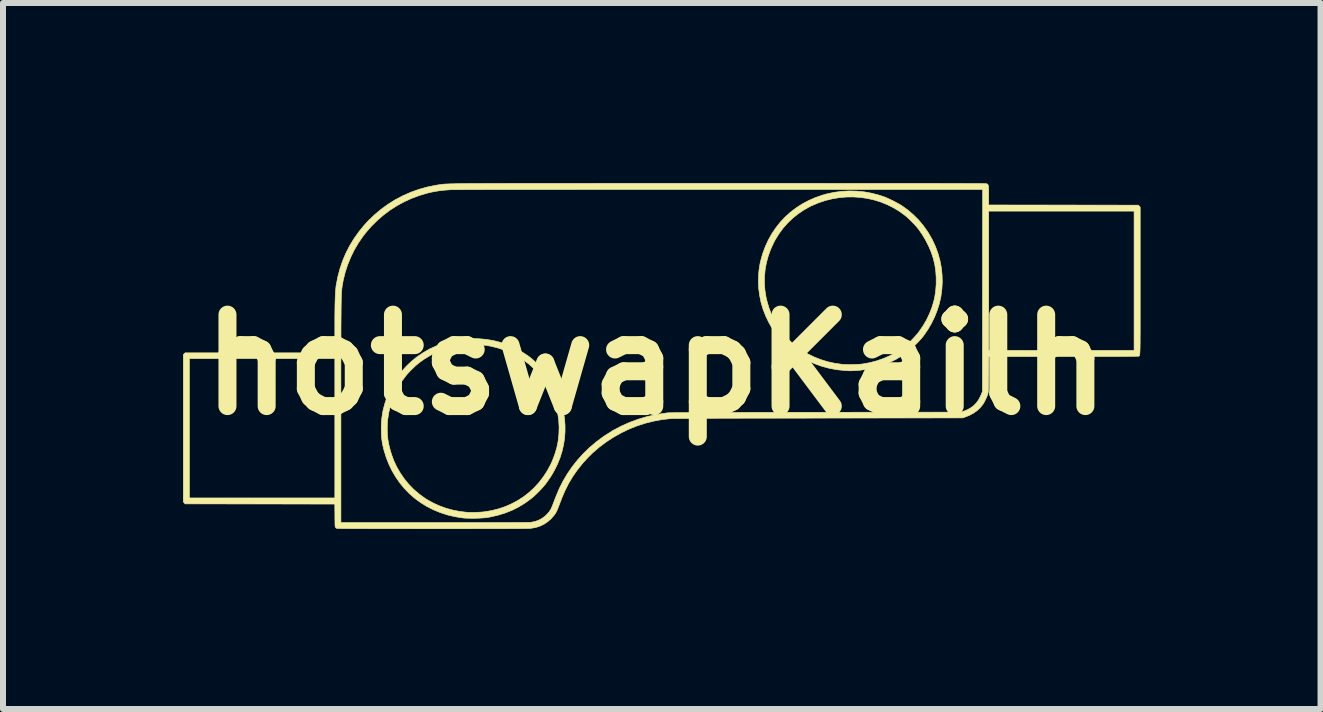
<source format=kicad_pcb>
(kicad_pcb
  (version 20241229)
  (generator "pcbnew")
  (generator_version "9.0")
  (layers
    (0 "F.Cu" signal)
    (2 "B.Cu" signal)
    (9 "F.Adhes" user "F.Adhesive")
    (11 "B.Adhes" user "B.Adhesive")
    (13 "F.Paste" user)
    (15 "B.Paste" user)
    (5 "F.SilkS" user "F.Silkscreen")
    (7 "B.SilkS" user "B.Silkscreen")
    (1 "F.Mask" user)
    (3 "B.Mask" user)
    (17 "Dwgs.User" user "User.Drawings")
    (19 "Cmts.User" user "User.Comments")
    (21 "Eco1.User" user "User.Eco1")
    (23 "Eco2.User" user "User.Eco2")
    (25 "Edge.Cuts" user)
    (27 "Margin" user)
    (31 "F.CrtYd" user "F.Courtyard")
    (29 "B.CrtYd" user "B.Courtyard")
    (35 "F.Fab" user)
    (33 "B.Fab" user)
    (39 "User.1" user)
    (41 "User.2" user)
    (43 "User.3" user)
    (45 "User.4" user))
  (footprint "hotswapKailh"
    (layer "F.Cu")
    (at 7.889 3.028)
    (property "Reference" "hotswapKailh" (at 0 0 0) (layer "F.SilkS") (effects (font (size 1.524 1.524) (thickness 0.3))))
    (attr through_hole)
    (fp_poly (pts (xy -2.969 -0.434) (xy -2.843 -0.423) (xy -2.721 -0.403) (xy -2.601 -0.373) (xy -2.484 -0.334) (xy -2.371 -0.285) (xy -2.262 -0.227) (xy -2.158 -0.16) (xy -2.114 -0.129) (xy -2.08 -0.101) (xy -2.041 -0.067) (xy -2 -0.03) (xy -1.96 0.009) (xy -1.922 0.048) (xy -1.889 0.084) (xy -1.879 0.096) (xy -1.805 0.191) (xy -1.739 0.291) (xy -1.681 0.397) (xy -1.631 0.506) (xy -1.591 0.619) (xy -1.56 0.733) (xy -1.547 0.791) (xy -1.531 0.902) (xy -1.523 1.01) (xy -1.523 1.117) (xy -1.531 1.226) (xy -1.547 1.333) (xy -1.572 1.441) (xy -1.606 1.55) (xy -1.649 1.657) (xy -1.701 1.762) (xy -1.76 1.863) (xy -1.827 1.96) (xy -1.857 2) (xy -1.882 2.029) (xy -1.912 2.063) (xy -1.946 2.099) (xy -1.982 2.135) (xy -2.018 2.17) (xy -2.052 2.201) (xy -2.082 2.226) (xy -2.088 2.231) (xy -2.188 2.304) (xy -2.292 2.368) (xy -2.401 2.423) (xy -2.516 2.469) (xy -2.635 2.506) (xy -2.759 2.535) (xy -2.822 2.546) (xy -2.854 2.55) (xy -2.894 2.553) (xy -2.94 2.556) (xy -2.989 2.558) (xy -3.04 2.559) (xy -3.09 2.559) (xy -3.138 2.558) (xy -3.18 2.557) (xy -3.216 2.554) (xy -3.228 2.553) (xy -3.358 2.532) (xy -3.483 2.503) (xy -3.602 2.464) (xy -3.717 2.417) (xy -3.827 2.361) (xy -3.932 2.296) (xy -4.027 2.226) (xy -4.117 2.148) (xy -4.2 2.062) (xy -4.276 1.97) (xy -4.345 1.871) (xy -4.406 1.767) (xy -4.459 1.657) (xy -4.504 1.543) (xy -4.54 1.425) (xy -4.556 1.359) (xy -4.565 1.318) (xy -4.571 1.281) (xy -4.576 1.247) (xy -4.58 1.211) (xy -4.583 1.171) (xy -4.585 1.125) (xy -4.585 1.119) (xy -4.585 1.061) (xy -4.486 1.061) (xy -4.484 1.154) (xy -4.475 1.245) (xy -4.458 1.337) (xy -4.434 1.43) (xy -4.416 1.49) (xy -4.376 1.6) (xy -4.326 1.706) (xy -4.267 1.807) (xy -4.201 1.903) (xy -4.127 1.993) (xy -4.046 2.076) (xy -3.958 2.152) (xy -3.864 2.221) (xy -3.83 2.243) (xy -3.729 2.3) (xy -3.623 2.349) (xy -3.511 2.39) (xy -3.396 2.422) (xy -3.277 2.445) (xy -3.16 2.459) (xy -3.123 2.461) (xy -3.08 2.461) (xy -3.032 2.461) (xy -2.983 2.459) (xy -2.935 2.457) (xy -2.891 2.453) (xy -2.869 2.451) (xy -2.748 2.431) (xy -2.632 2.402) (xy -2.52 2.364) (xy -2.412 2.317) (xy -2.31 2.262) (xy -2.212 2.199) (xy -2.121 2.128) (xy -2.036 2.049) (xy -1.957 1.962) (xy -1.885 1.869) (xy -1.82 1.769) (xy -1.762 1.662) (xy -1.735 1.603) (xy -1.693 1.493) (xy -1.66 1.382) (xy -1.637 1.268) (xy -1.625 1.152) (xy -1.622 1.036) (xy -1.629 0.919) (xy -1.646 0.806) (xy -1.656 0.758) (xy -1.665 0.717) (xy -1.676 0.678) (xy -1.689 0.638) (xy -1.705 0.594) (xy -1.716 0.566) (xy -1.765 0.453) (xy -1.823 0.347) (xy -1.887 0.247) (xy -1.959 0.155) (xy -2.037 0.07) (xy -2.122 -0.008) (xy -2.214 -0.078) (xy -2.312 -0.14) (xy -2.416 -0.194) (xy -2.526 -0.241) (xy -2.641 -0.279) (xy -2.762 -0.309) (xy -2.842 -0.323) (xy -2.871 -0.326) (xy -2.907 -0.329) (xy -2.949 -0.332) (xy -2.994 -0.333) (xy -3.04 -0.334) (xy -3.086 -0.334) (xy -3.128 -0.334) (xy -3.165 -0.332) (xy -3.188 -0.331) (xy -3.313 -0.314) (xy -3.433 -0.288) (xy -3.549 -0.253) (xy -3.661 -0.209) (xy -3.768 -0.155) (xy -3.872 -0.092) (xy -3.941 -0.043) (xy -3.976 -0.015) (xy -4.015 0.018) (xy -4.055 0.056) (xy -4.095 0.095) (xy -4.132 0.134) (xy -4.164 0.17) (xy -4.168 0.175) (xy -4.238 0.268) (xy -4.299 0.366) (xy -4.353 0.469) (xy -4.398 0.577) (xy -4.434 0.688) (xy -4.461 0.801) (xy -4.478 0.915) (xy -4.483 0.964) (xy -4.486 1.061) (xy -4.585 1.061) (xy -4.585 1.001) (xy -4.576 0.886) (xy -4.558 0.771) (xy -4.529 0.657) (xy -4.529 0.657) (xy -4.49 0.538) (xy -4.442 0.424) (xy -4.386 0.315) (xy -4.322 0.213) (xy -4.25 0.117) (xy -4.17 0.027) (xy -4.083 -0.056) (xy -3.989 -0.132) (xy -3.888 -0.2) (xy -3.781 -0.262) (xy -3.759 -0.272) (xy -3.646 -0.323) (xy -3.531 -0.364) (xy -3.413 -0.396) (xy -3.291 -0.419) (xy -3.165 -0.432) (xy -3.096 -0.435) (xy -2.969 -0.434)) (stroke (width 0.01) (type solid)) (fill yes) (layer "F.SilkS"))
    (fp_poly (pts (xy 3.337 -2.893) (xy 3.463 -2.881) (xy 3.587 -2.858) (xy 3.71 -2.826) (xy 3.792 -2.799) (xy 3.83 -2.784) (xy 3.874 -2.764) (xy 3.921 -2.742) (xy 3.969 -2.718) (xy 4.015 -2.693) (xy 4.057 -2.67) (xy 4.092 -2.648) (xy 4.191 -2.577) (xy 4.283 -2.498) (xy 4.369 -2.412) (xy 4.447 -2.319) (xy 4.518 -2.219) (xy 4.535 -2.192) (xy 4.597 -2.084) (xy 4.649 -1.972) (xy 4.691 -1.858) (xy 4.724 -1.741) (xy 4.747 -1.622) (xy 4.76 -1.502) (xy 4.764 -1.381) (xy 4.757 -1.259) (xy 4.741 -1.137) (xy 4.738 -1.12) (xy 4.712 -1.01) (xy 4.677 -0.901) (xy 4.634 -0.792) (xy 4.582 -0.687) (xy 4.523 -0.586) (xy 4.458 -0.491) (xy 4.432 -0.457) (xy 4.41 -0.432) (xy 4.383 -0.402) (xy 4.352 -0.37) (xy 4.319 -0.336) (xy 4.285 -0.303) (xy 4.253 -0.272) (xy 4.223 -0.246) (xy 4.198 -0.225) (xy 4.196 -0.224) (xy 4.093 -0.151) (xy 3.987 -0.087) (xy 3.876 -0.033) (xy 3.761 0.013) (xy 3.642 0.048) (xy 3.519 0.075) (xy 3.392 0.092) (xy 3.335 0.096) (xy 3.295 0.099) (xy 3.261 0.1) (xy 3.23 0.101) (xy 3.199 0.1) (xy 3.164 0.098) (xy 3.133 0.096) (xy 3.007 0.083) (xy 2.884 0.06) (xy 2.763 0.028) (xy 2.646 -0.013) (xy 2.534 -0.062) (xy 2.426 -0.12) (xy 2.323 -0.186) (xy 2.256 -0.237) (xy 2.228 -0.26) (xy 2.196 -0.289) (xy 2.161 -0.322) (xy 2.126 -0.358) (xy 2.091 -0.395) (xy 2.058 -0.43) (xy 2.03 -0.462) (xy 2.007 -0.49) (xy 2.006 -0.493) (xy 1.935 -0.595) (xy 1.874 -0.702) (xy 1.821 -0.812) (xy 1.777 -0.925) (xy 1.743 -1.04) (xy 1.719 -1.158) (xy 1.704 -1.276) (xy 1.701 -1.353) (xy 1.8 -1.353) (xy 1.809 -1.236) (xy 1.828 -1.12) (xy 1.842 -1.062) (xy 1.875 -0.947) (xy 1.918 -0.838) (xy 1.969 -0.734) (xy 2.028 -0.636) (xy 2.094 -0.543) (xy 2.167 -0.456) (xy 2.248 -0.376) (xy 2.335 -0.303) (xy 2.428 -0.237) (xy 2.526 -0.179) (xy 2.63 -0.128) (xy 2.74 -0.085) (xy 2.853 -0.05) (xy 2.971 -0.024) (xy 3.093 -0.007) (xy 3.106 -0.005) (xy 3.136 -0.004) (xy 3.173 -0.003) (xy 3.216 -0.002) (xy 3.261 -0.003) (xy 3.307 -0.004) (xy 3.351 -0.006) (xy 3.39 -0.008) (xy 3.422 -0.011) (xy 3.432 -0.012) (xy 3.554 -0.034) (xy 3.672 -0.065) (xy 3.785 -0.104) (xy 3.894 -0.152) (xy 3.997 -0.208) (xy 4.094 -0.272) (xy 4.148 -0.313) (xy 4.183 -0.344) (xy 4.222 -0.38) (xy 4.263 -0.421) (xy 4.302 -0.463) (xy 4.339 -0.504) (xy 4.37 -0.542) (xy 4.375 -0.549) (xy 4.441 -0.645) (xy 4.5 -0.745) (xy 4.55 -0.85) (xy 4.592 -0.956) (xy 4.624 -1.065) (xy 4.639 -1.132) (xy 4.654 -1.236) (xy 4.662 -1.342) (xy 4.662 -1.45) (xy 4.655 -1.556) (xy 4.64 -1.66) (xy 4.617 -1.759) (xy 4.612 -1.778) (xy 4.579 -1.876) (xy 4.537 -1.975) (xy 4.488 -2.072) (xy 4.433 -2.165) (xy 4.373 -2.252) (xy 4.35 -2.281) (xy 4.327 -2.308) (xy 4.299 -2.34) (xy 4.266 -2.373) (xy 4.232 -2.407) (xy 4.199 -2.439) (xy 4.168 -2.467) (xy 4.145 -2.486) (xy 4.051 -2.555) (xy 3.951 -2.616) (xy 3.848 -2.667) (xy 3.74 -2.711) (xy 3.63 -2.745) (xy 3.516 -2.771) (xy 3.401 -2.788) (xy 3.285 -2.796) (xy 3.168 -2.795) (xy 3.051 -2.785) (xy 2.935 -2.766) (xy 2.82 -2.738) (xy 2.706 -2.7) (xy 2.596 -2.654) (xy 2.56 -2.637) (xy 2.458 -2.58) (xy 2.362 -2.515) (xy 2.272 -2.443) (xy 2.188 -2.363) (xy 2.112 -2.277) (xy 2.043 -2.184) (xy 1.982 -2.086) (xy 1.956 -2.037) (xy 1.905 -1.926) (xy 1.864 -1.814) (xy 1.833 -1.7) (xy 1.812 -1.585) (xy 1.801 -1.469) (xy 1.8 -1.353) (xy 1.701 -1.353) (xy 1.699 -1.396) (xy 1.702 -1.485) (xy 1.706 -1.54) (xy 1.711 -1.589) (xy 1.718 -1.635) (xy 1.726 -1.682) (xy 1.737 -1.73) (xy 1.771 -1.852) (xy 1.814 -1.968) (xy 1.865 -2.079) (xy 1.924 -2.184) (xy 1.991 -2.283) (xy 2.065 -2.377) (xy 2.147 -2.463) (xy 2.235 -2.543) (xy 2.33 -2.615) (xy 2.431 -2.68) (xy 2.538 -2.737) (xy 2.651 -2.786) (xy 2.768 -2.827) (xy 2.832 -2.845) (xy 2.957 -2.872) (xy 3.084 -2.889) (xy 3.21 -2.896) (xy 3.337 -2.893)) (stroke (width 0.01) (type solid)) (fill yes) (layer "F.SilkS"))
    (fp_poly (pts (xy 1.595 -3.023) (xy 1.832 -3.023) (xy 2.058 -3.023) (xy 2.275 -3.023) (xy 2.483 -3.023) (xy 2.682 -3.023) (xy 2.872 -3.022) (xy 3.054 -3.022) (xy 3.227 -3.022) (xy 3.392 -3.022) (xy 3.549 -3.022) (xy 3.698 -3.022) (xy 3.84 -3.022) (xy 3.974 -3.022) (xy 4.101 -3.022) (xy 4.22 -3.022) (xy 4.333 -3.022) (xy 4.44 -3.022) (xy 4.539 -3.022) (xy 4.633 -3.022) (xy 4.721 -3.021) (xy 4.802 -3.021) (xy 4.878 -3.021) (xy 4.949 -3.021) (xy 5.014 -3.021) (xy 5.074 -3.021) (xy 5.129 -3.02) (xy 5.18 -3.02) (xy 5.226 -3.02) (xy 5.267 -3.02) (xy 5.305 -3.019) (xy 5.338 -3.019) (xy 5.368 -3.019) (xy 5.395 -3.019) (xy 5.418 -3.018) (xy 5.438 -3.018) (xy 5.455 -3.018) (xy 5.469 -3.017) (xy 5.48 -3.017) (xy 5.49 -3.017) (xy 5.497 -3.016) (xy 5.502 -3.016) (xy 5.505 -3.015) (xy 5.507 -3.015) (xy 5.507 -3.015) (xy 5.515 -3.01) (xy 5.521 -3.005) (xy 5.526 -2.999) (xy 5.53 -2.989) (xy 5.533 -2.976) (xy 5.535 -2.958) (xy 5.536 -2.934) (xy 5.537 -2.903) (xy 5.537 -2.863) (xy 5.537 -2.82) (xy 5.537 -2.662) (xy 6.785 -2.661) (xy 8.032 -2.659) (xy 8.047 -2.643) (xy 8.062 -2.626) (xy 8.062 -1.402) (xy 8.062 -1.269) (xy 8.062 -1.146) (xy 8.062 -1.032) (xy 8.062 -0.927) (xy 8.062 -0.831) (xy 8.062 -0.743) (xy 8.062 -0.663) (xy 8.062 -0.591) (xy 8.062 -0.526) (xy 8.061 -0.467) (xy 8.061 -0.415) (xy 8.061 -0.369) (xy 8.06 -0.329) (xy 8.06 -0.293) (xy 8.059 -0.263) (xy 8.058 -0.237) (xy 8.057 -0.216) (xy 8.056 -0.198) (xy 8.055 -0.183) (xy 8.054 -0.172) (xy 8.053 -0.163) (xy 8.051 -0.157) (xy 8.05 -0.152) (xy 8.048 -0.149) (xy 8.046 -0.147) (xy 8.044 -0.145) (xy 8.041 -0.144) (xy 8.039 -0.143) (xy 8.037 -0.142) (xy 8.031 -0.142) (xy 8.016 -0.141) (xy 7.992 -0.141) (xy 7.958 -0.14) (xy 7.915 -0.14) (xy 7.862 -0.139) (xy 7.8 -0.139) (xy 7.728 -0.138) (xy 7.647 -0.138) (xy 7.556 -0.138) (xy 7.455 -0.138) (xy 7.344 -0.137) (xy 7.223 -0.137) (xy 7.093 -0.137) (xy 6.952 -0.137) (xy 6.801 -0.137) (xy 6.783 -0.137) (xy 5.538 -0.137) (xy 5.536 0.156) (xy 5.535 0.218) (xy 5.535 0.271) (xy 5.534 0.316) (xy 5.534 0.353) (xy 5.533 0.383) (xy 5.533 0.407) (xy 5.532 0.427) (xy 5.531 0.442) (xy 5.529 0.455) (xy 5.528 0.465) (xy 5.526 0.474) (xy 5.524 0.482) (xy 5.522 0.488) (xy 5.512 0.518) (xy 5.497 0.554) (xy 5.48 0.59) (xy 5.462 0.625) (xy 5.445 0.653) (xy 5.442 0.659) (xy 5.397 0.714) (xy 5.345 0.764) (xy 5.285 0.806) (xy 5.217 0.843) (xy 5.149 0.87) (xy 5.103 0.886) (xy 2.705 0.889) (xy 2.496 0.89) (xy 2.297 0.89) (xy 2.108 0.89) (xy 1.929 0.891) (xy 1.76 0.891) (xy 1.6 0.891) (xy 1.45 0.891) (xy 1.309 0.892) (xy 1.177 0.892) (xy 1.054 0.892) (xy 0.941 0.893) (xy 0.836 0.893) (xy 0.74 0.894) (xy 0.653 0.894) (xy 0.575 0.894) (xy 0.504 0.895) (xy 0.443 0.895) (xy 0.389 0.895) (xy 0.344 0.896) (xy 0.306 0.896) (xy 0.277 0.897) (xy 0.255 0.897) (xy 0.241 0.898) (xy 0.236 0.898) (xy 0.092 0.914) (xy -0.05 0.941) (xy -0.19 0.976) (xy -0.328 1.021) (xy -0.462 1.075) (xy -0.592 1.138) (xy -0.718 1.209) (xy -0.839 1.288) (xy -0.955 1.375) (xy -1.064 1.47) (xy -1.133 1.538) (xy -1.229 1.642) (xy -1.315 1.749) (xy -1.393 1.861) (xy -1.463 1.978) (xy -1.525 2.101) (xy -1.58 2.23) (xy -1.589 2.256) (xy -1.608 2.305) (xy -1.624 2.346) (xy -1.637 2.38) (xy -1.648 2.408) (xy -1.658 2.431) (xy -1.667 2.449) (xy -1.675 2.465) (xy -1.684 2.479) (xy -1.693 2.492) (xy -1.703 2.506) (xy -1.706 2.51) (xy -1.757 2.568) (xy -1.813 2.617) (xy -1.874 2.658) (xy -1.939 2.689) (xy -2.01 2.712) (xy -2.086 2.725) (xy -2.09 2.726) (xy -2.098 2.727) (xy -2.108 2.727) (xy -2.121 2.728) (xy -2.138 2.728) (xy -2.159 2.729) (xy -2.183 2.729) (xy -2.212 2.73) (xy -2.245 2.73) (xy -2.284 2.731) (xy -2.328 2.731) (xy -2.377 2.731) (xy -2.433 2.731) (xy -2.494 2.732) (xy -2.562 2.732) (xy -2.637 2.732) (xy -2.72 2.732) (xy -2.809 2.732) (xy -2.907 2.732) (xy -3.013 2.732) (xy -3.127 2.733) (xy -3.25 2.733) (xy -3.382 2.733) (xy -3.524 2.733) (xy -3.675 2.733) (xy -3.734 2.733) (xy -3.86 2.733) (xy -3.984 2.733) (xy -4.104 2.732) (xy -4.222 2.732) (xy -4.335 2.732) (xy -4.445 2.732) (xy -4.55 2.732) (xy -4.65 2.732) (xy -4.744 2.732) (xy -4.833 2.731) (xy -4.916 2.731) (xy -4.993 2.731) (xy -5.062 2.731) (xy -5.125 2.73) (xy -5.179 2.73) (xy -5.226 2.73) (xy -5.264 2.729) (xy -5.294 2.729) (xy -5.314 2.729) (xy -5.325 2.728) (xy -5.326 2.728) (xy -5.337 2.721) (xy -5.347 2.713) (xy -5.349 2.709) (xy -5.351 2.705) (xy -5.353 2.699) (xy -5.355 2.69) (xy -5.356 2.677) (xy -5.356 2.659) (xy -5.357 2.635) (xy -5.357 2.631) (xy -5.258 2.631) (xy -3.697 2.631) (xy -3.545 2.631) (xy -3.399 2.631) (xy -3.26 2.631) (xy -3.128 2.631) (xy -3.002 2.631) (xy -2.884 2.631) (xy -2.773 2.631) (xy -2.669 2.63) (xy -2.573 2.63) (xy -2.485 2.63) (xy -2.406 2.63) (xy -2.335 2.629) (xy -2.273 2.629) (xy -2.219 2.629) (xy -2.175 2.628) (xy -2.14 2.628) (xy -2.114 2.627) (xy -2.099 2.627) (xy -2.094 2.626) (xy -2.027 2.614) (xy -1.965 2.592) (xy -1.907 2.561) (xy -1.854 2.522) (xy -1.806 2.473) (xy -1.787 2.45) (xy -1.779 2.439) (xy -1.772 2.428) (xy -1.764 2.416) (xy -1.757 2.403) (xy -1.749 2.386) (xy -1.74 2.365) (xy -1.729 2.339) (xy -1.717 2.306) (xy -1.702 2.267) (xy -1.684 2.22) (xy -1.676 2.2) (xy -1.621 2.068) (xy -1.557 1.941) (xy -1.484 1.817) (xy -1.403 1.699) (xy -1.313 1.586) (xy -1.216 1.479) (xy -1.111 1.377) (xy -0.999 1.283) (xy -0.88 1.195) (xy -0.85 1.175) (xy -0.722 1.095) (xy -0.588 1.024) (xy -0.45 0.962) (xy -0.308 0.91) (xy -0.162 0.866) (xy -0.012 0.832) (xy 0.141 0.808) (xy 0.195 0.801) (xy 0.203 0.801) (xy 0.22 0.801) (xy 0.245 0.8) (xy 0.278 0.8) (xy 0.319 0.799) (xy 0.368 0.799) (xy 0.426 0.798) (xy 0.493 0.798) (xy 0.568 0.798) (xy 0.653 0.797) (xy 0.746 0.797) (xy 0.848 0.796) (xy 0.959 0.796) (xy 1.079 0.796) (xy 1.208 0.795) (xy 1.347 0.795) (xy 1.496 0.795) (xy 1.654 0.794) (xy 1.821 0.794) (xy 1.998 0.794) (xy 2.185 0.794) (xy 2.382 0.793) (xy 2.589 0.793) (xy 2.662 0.793) (xy 5.077 0.79) (xy 5.111 0.778) (xy 5.178 0.752) (xy 5.236 0.72) (xy 5.287 0.682) (xy 5.331 0.637) (xy 5.368 0.586) (xy 5.4 0.526) (xy 5.415 0.491) (xy 5.433 0.445) (xy 5.436 -2.56) (xy 5.537 -2.56) (xy 5.537 -0.239) (xy 7.96 -0.239) (xy 7.96 -2.56) (xy 5.537 -2.56) (xy 5.436 -2.56) (xy 5.436 -2.921) (xy 1.048 -2.921) (xy 0.768 -2.921) (xy 0.497 -2.921) (xy 0.235 -2.921) (xy -0.019 -2.921) (xy -0.265 -2.921) (xy -0.502 -2.921) (xy -0.73 -2.921) (xy -0.949 -2.921) (xy -1.16 -2.921) (xy -1.362 -2.92) (xy -1.554 -2.92) (xy -1.738 -2.92) (xy -1.912 -2.92) (xy -2.078 -2.92) (xy -2.234 -2.92) (xy -2.381 -2.92) (xy -2.519 -2.919) (xy -2.647 -2.919) (xy -2.766 -2.919) (xy -2.876 -2.919) (xy -2.975 -2.918) (xy -3.066 -2.918) (xy -3.146 -2.918) (xy -3.217 -2.918) (xy -3.278 -2.917) (xy -3.329 -2.917) (xy -3.37 -2.917) (xy -3.402 -2.917) (xy -3.423 -2.916) (xy -3.434 -2.916) (xy -3.519 -2.91) (xy -3.597 -2.902) (xy -3.671 -2.891) (xy -3.744 -2.877) (xy -3.817 -2.86) (xy -3.949 -2.821) (xy -4.078 -2.773) (xy -4.203 -2.716) (xy -4.324 -2.65) (xy -4.44 -2.576) (xy -4.55 -2.493) (xy -4.654 -2.403) (xy -4.752 -2.306) (xy -4.843 -2.201) (xy -4.891 -2.139) (xy -4.967 -2.029) (xy -5.035 -1.913) (xy -5.094 -1.792) (xy -5.145 -1.667) (xy -5.187 -1.539) (xy -5.219 -1.409) (xy -5.232 -1.336) (xy -5.234 -1.323) (xy -5.237 -1.31) (xy -5.238 -1.297) (xy -5.24 -1.284) (xy -5.242 -1.27) (xy -5.243 -1.255) (xy -5.245 -1.239) (xy -5.246 -1.222) (xy -5.248 -1.202) (xy -5.249 -1.18) (xy -5.25 -1.156) (xy -5.251 -1.129) (xy -5.252 -1.098) (xy -5.252 -1.065) (xy -5.253 -1.027) (xy -5.254 -0.985) (xy -5.254 -0.939) (xy -5.255 -0.888) (xy -5.255 -0.831) (xy -5.256 -0.77) (xy -5.256 -0.702) (xy -5.257 -0.629) (xy -5.257 -0.549) (xy -5.257 -0.463) (xy -5.257 -0.369) (xy -5.257 -0.268) (xy -5.257 -0.16) (xy -5.258 -0.043) (xy -5.258 0.082) (xy -5.258 0.216) (xy -5.258 0.358) (xy -5.258 0.51) (xy -5.258 0.671) (xy -5.258 0.804) (xy -5.258 2.631) (xy -5.357 2.631) (xy -5.357 2.604) (xy -5.358 2.565) (xy -5.358 2.517) (xy -5.358 2.512) (xy -5.36 2.322) (xy -7.855 2.319) (xy -7.869 2.302) (xy -7.884 2.286) (xy -7.884 -0.102) (xy -7.783 -0.102) (xy -7.783 2.22) (xy -5.359 2.22) (xy -5.359 -0.102) (xy -7.783 -0.102) (xy -7.884 -0.102) (xy -7.884 -0.168) (xy -7.854 -0.198) (xy -5.359 -0.198) (xy -5.359 -0.608) (xy -5.359 -0.71) (xy -5.359 -0.801) (xy -5.358 -0.884) (xy -5.357 -0.958) (xy -5.356 -1.025) (xy -5.354 -1.085) (xy -5.352 -1.137) (xy -5.35 -1.184) (xy -5.347 -1.226) (xy -5.344 -1.263) (xy -5.341 -1.295) (xy -5.337 -1.323) (xy -5.31 -1.463) (xy -5.274 -1.599) (xy -5.229 -1.732) (xy -5.175 -1.86) (xy -5.111 -1.984) (xy -5.038 -2.104) (xy -4.957 -2.218) (xy -4.867 -2.328) (xy -4.801 -2.4) (xy -4.696 -2.5) (xy -4.586 -2.592) (xy -4.47 -2.676) (xy -4.35 -2.751) (xy -4.224 -2.817) (xy -4.094 -2.874) (xy -3.96 -2.922) (xy -3.821 -2.961) (xy -3.679 -2.99) (xy -3.637 -2.997) (xy -3.628 -2.998) (xy -3.619 -3) (xy -3.61 -3.001) (xy -3.602 -3.002) (xy -3.593 -3.003) (xy -3.585 -3.005) (xy -3.576 -3.006) (xy -3.566 -3.007) (xy -3.555 -3.008) (xy -3.544 -3.009) (xy -3.531 -3.01) (xy -3.517 -3.011) (xy -3.501 -3.012) (xy -3.483 -3.012) (xy -3.463 -3.013) (xy -3.441 -3.014) (xy -3.416 -3.015) (xy -3.389 -3.015) (xy -3.359 -3.016) (xy -3.326 -3.017) (xy -3.29 -3.017) (xy -3.25 -3.018) (xy -3.206 -3.018) (xy -3.159 -3.019) (xy -3.108 -3.019) (xy -3.052 -3.019) (xy -2.992 -3.02) (xy -2.927 -3.02) (xy -2.857 -3.02) (xy -2.782 -3.021) (xy -2.702 -3.021) (xy -2.617 -3.021) (xy -2.525 -3.021) (xy -2.428 -3.022) (xy -2.325 -3.022) (xy -2.215 -3.022) (xy -2.099 -3.022) (xy -1.976 -3.022) (xy -1.847 -3.022) (xy -1.71 -3.022) (xy -1.566 -3.022) (xy -1.414 -3.022) (xy -1.255 -3.022) (xy -1.088 -3.022) (xy -0.913 -3.023) (xy -0.729 -3.023) (xy -0.537 -3.023) (xy -0.336 -3.023) (xy -0.126 -3.023) (xy 0.093 -3.023) (xy 0.321 -3.023) (xy 0.559 -3.023) (xy 0.806 -3.023) (xy 1.064 -3.023) (xy 1.35 -3.023) (xy 1.595 -3.023)) (stroke (width 0.01) (type solid)) (fill yes) (layer "F.SilkS")))
  (gr_rect
    (start -3 -3)
    (end 18.956 8.765)
    (stroke (width 0.1) (type default))
    (fill no)
    (layer "Edge.Cuts")))
</source>
